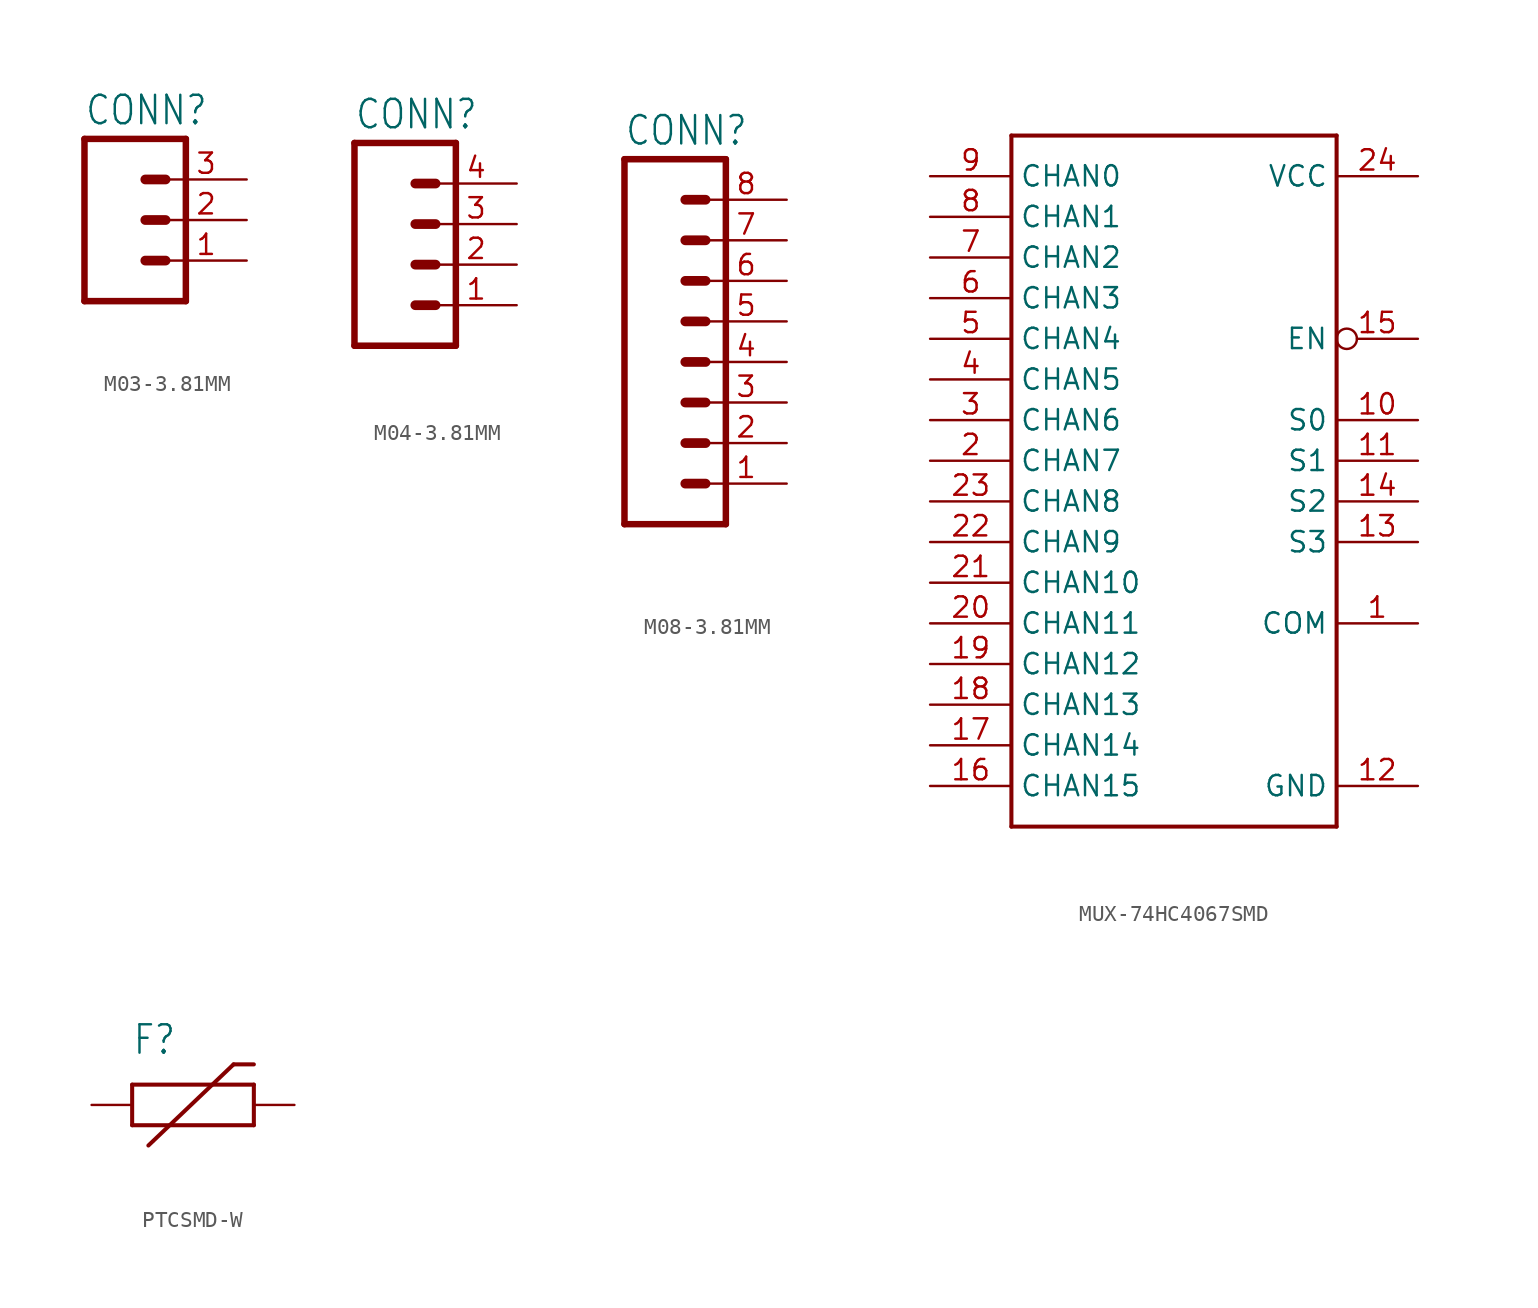
<source format=kicad_sym>
(kicad_symbol_lib
  (version 20231120)
  (generator "kicad_symbol_editor")
  (generator_version "8.0")
  (symbol "M03-3.81MM"
    (property "Reference" "CONN"
      (at -2.54 5.842 0)
      (effects (font (size 1.778 1.511)) (justify left bottom)))
    (property "Value" ""
      (at -2.54 -7.62 0)
      (effects (font (size 1.778 1.511)) (justify left bottom)))
    (property "ki_locked" ""
      (at 0 0 0)
      (effects (font (size 1.27 1.27))))
    (symbol "M03-3.81MM_1_0"
      (polyline (pts (xy -2.54 5.08) (xy -2.54 -5.08)) (stroke (width 0.406) (type solid)) (fill (type none)))
      (polyline (pts (xy -2.54 5.08) (xy 3.81 5.08)) (stroke (width 0.406) (type solid)) (fill (type none)))
      (polyline (pts (xy 1.27 -2.54) (xy 2.54 -2.54)) (stroke (width 0.61) (type solid)) (fill (type none)))
      (polyline (pts (xy 1.27 0) (xy 2.54 0)) (stroke (width 0.61) (type solid)) (fill (type none)))
      (polyline (pts (xy 1.27 2.54) (xy 2.54 2.54)) (stroke (width 0.61) (type solid)) (fill (type none)))
      (polyline (pts (xy 3.81 -5.08) (xy -2.54 -5.08)) (stroke (width 0.406) (type solid)) (fill (type none)))
      (polyline (pts (xy 3.81 -5.08) (xy 3.81 5.08)) (stroke (width 0.406) (type solid)) (fill (type none)))
      (pin passive line (at 7.62 -2.54 180) (length 5.08) (name "1" (effects (font (size 0 0)))) (number "1" (effects (font (size 1.27 1.27)))))
      (pin passive line (at 7.62 0 180) (length 5.08) (name "2" (effects (font (size 0 0)))) (number "2" (effects (font (size 1.27 1.27)))))
      (pin passive line (at 7.62 2.54 180) (length 5.08) (name "3" (effects (font (size 0 0)))) (number "3" (effects (font (size 1.27 1.27)))))))
  (symbol "M04-3.81MM"
    (property "Reference" "CONN"
      (at -2.54 10.922 0)
      (effects (font (size 1.778 1.511)) (justify left bottom)))
    (property "Value" ""
      (at -2.54 -5.08 0)
      (effects (font (size 1.778 1.511)) (justify left bottom)))
    (property "ki_locked" ""
      (at 0 0 0)
      (effects (font (size 1.27 1.27))))
    (symbol "M04-3.81MM_1_0"
      (polyline (pts (xy -2.54 10.16) (xy -2.54 -2.54)) (stroke (width 0.406) (type solid)) (fill (type none)))
      (polyline (pts (xy -2.54 10.16) (xy 3.81 10.16)) (stroke (width 0.406) (type solid)) (fill (type none)))
      (polyline (pts (xy 1.27 0) (xy 2.54 0)) (stroke (width 0.61) (type solid)) (fill (type none)))
      (polyline (pts (xy 1.27 2.54) (xy 2.54 2.54)) (stroke (width 0.61) (type solid)) (fill (type none)))
      (polyline (pts (xy 1.27 5.08) (xy 2.54 5.08)) (stroke (width 0.61) (type solid)) (fill (type none)))
      (polyline (pts (xy 1.27 7.62) (xy 2.54 7.62)) (stroke (width 0.61) (type solid)) (fill (type none)))
      (polyline (pts (xy 3.81 -2.54) (xy -2.54 -2.54)) (stroke (width 0.406) (type solid)) (fill (type none)))
      (polyline (pts (xy 3.81 -2.54) (xy 3.81 10.16)) (stroke (width 0.406) (type solid)) (fill (type none)))
      (pin passive line (at 7.62 0 180) (length 5.08) (name "1" (effects (font (size 0 0)))) (number "1" (effects (font (size 1.27 1.27)))))
      (pin passive line (at 7.62 2.54 180) (length 5.08) (name "2" (effects (font (size 0 0)))) (number "2" (effects (font (size 1.27 1.27)))))
      (pin passive line (at 7.62 5.08 180) (length 5.08) (name "3" (effects (font (size 0 0)))) (number "3" (effects (font (size 1.27 1.27)))))
      (pin passive line (at 7.62 7.62 180) (length 5.08) (name "4" (effects (font (size 0 0)))) (number "4" (effects (font (size 1.27 1.27)))))))
  (symbol "M08-3.81MM"
    (property "Reference" "CONN"
      (at -2.54 21.082 0)
      (effects (font (size 1.778 1.511)) (justify left bottom)))
    (property "Value" ""
      (at -2.54 -5.08 0)
      (effects (font (size 1.778 1.511)) (justify left bottom)))
    (property "ki_locked" ""
      (at 0 0 0)
      (effects (font (size 1.27 1.27))))
    (symbol "M08-3.81MM_1_0"
      (polyline (pts (xy -2.54 20.32) (xy -2.54 -2.54)) (stroke (width 0.406) (type solid)) (fill (type none)))
      (polyline (pts (xy -2.54 20.32) (xy 3.81 20.32)) (stroke (width 0.406) (type solid)) (fill (type none)))
      (polyline (pts (xy 1.27 0) (xy 2.54 0)) (stroke (width 0.61) (type solid)) (fill (type none)))
      (polyline (pts (xy 1.27 2.54) (xy 2.54 2.54)) (stroke (width 0.61) (type solid)) (fill (type none)))
      (polyline (pts (xy 1.27 5.08) (xy 2.54 5.08)) (stroke (width 0.61) (type solid)) (fill (type none)))
      (polyline (pts (xy 1.27 7.62) (xy 2.54 7.62)) (stroke (width 0.61) (type solid)) (fill (type none)))
      (polyline (pts (xy 1.27 10.16) (xy 2.54 10.16)) (stroke (width 0.61) (type solid)) (fill (type none)))
      (polyline (pts (xy 1.27 12.7) (xy 2.54 12.7)) (stroke (width 0.61) (type solid)) (fill (type none)))
      (polyline (pts (xy 1.27 15.24) (xy 2.54 15.24)) (stroke (width 0.61) (type solid)) (fill (type none)))
      (polyline (pts (xy 1.27 17.78) (xy 2.54 17.78)) (stroke (width 0.61) (type solid)) (fill (type none)))
      (polyline (pts (xy 3.81 -2.54) (xy -2.54 -2.54)) (stroke (width 0.406) (type solid)) (fill (type none)))
      (polyline (pts (xy 3.81 -2.54) (xy 3.81 20.32)) (stroke (width 0.406) (type solid)) (fill (type none)))
      (pin passive line (at 7.62 0 180) (length 5.08) (name "1" (effects (font (size 0 0)))) (number "1" (effects (font (size 1.27 1.27)))))
      (pin passive line (at 7.62 2.54 180) (length 5.08) (name "2" (effects (font (size 0 0)))) (number "2" (effects (font (size 1.27 1.27)))))
      (pin passive line (at 7.62 5.08 180) (length 5.08) (name "3" (effects (font (size 0 0)))) (number "3" (effects (font (size 1.27 1.27)))))
      (pin passive line (at 7.62 7.62 180) (length 5.08) (name "4" (effects (font (size 0 0)))) (number "4" (effects (font (size 1.27 1.27)))))
      (pin passive line (at 7.62 10.16 180) (length 5.08) (name "5" (effects (font (size 0 0)))) (number "5" (effects (font (size 1.27 1.27)))))
      (pin passive line (at 7.62 12.7 180) (length 5.08) (name "6" (effects (font (size 0 0)))) (number "6" (effects (font (size 1.27 1.27)))))
      (pin passive line (at 7.62 15.24 180) (length 5.08) (name "7" (effects (font (size 0 0)))) (number "7" (effects (font (size 1.27 1.27)))))
      (pin passive line (at 7.62 17.78 180) (length 5.08) (name "8" (effects (font (size 0 0)))) (number "8" (effects (font (size 1.27 1.27)))))))
  (symbol "MUX-74HC4067SMD"
    (property "Reference" "IC"
      (at -10.16 21.082 0)
      (effects (font (size 1.778 1.511)) (justify left bottom) (hide yes)))
    (property "ki_locked" ""
      (at 0 0 0)
      (effects (font (size 1.27 1.27))))
    (symbol "MUX-74HC4067SMD_1_0"
      (polyline (pts (xy -10.16 -22.86) (xy -10.16 20.32)) (stroke (width 0.254) (type solid)) (fill (type none)))
      (polyline (pts (xy -10.16 20.32) (xy 10.16 20.32)) (stroke (width 0.254) (type solid)) (fill (type none)))
      (polyline (pts (xy 10.16 -22.86) (xy -10.16 -22.86)) (stroke (width 0.254) (type solid)) (fill (type none)))
      (polyline (pts (xy 10.16 20.32) (xy 10.16 -22.86)) (stroke (width 0.254) (type solid)) (fill (type none)))
      (pin bidirectional line (at 15.24 -10.16 180) (length 5.08) (name "COM" (effects (font (size 1.27 1.27)))) (number "1" (effects (font (size 1.27 1.27)))))
      (pin input line (at 15.24 2.54 180) (length 5.08) (name "S0" (effects (font (size 1.27 1.27)))) (number "10" (effects (font (size 1.27 1.27)))))
      (pin input line (at 15.24 0 180) (length 5.08) (name "S1" (effects (font (size 1.27 1.27)))) (number "11" (effects (font (size 1.27 1.27)))))
      (pin bidirectional line (at 15.24 -20.32 180) (length 5.08) (name "GND" (effects (font (size 1.27 1.27)))) (number "12" (effects (font (size 1.27 1.27)))))
      (pin input line (at 15.24 -5.08 180) (length 5.08) (name "S3" (effects (font (size 1.27 1.27)))) (number "13" (effects (font (size 1.27 1.27)))))
      (pin input line (at 15.24 -2.54 180) (length 5.08) (name "S2" (effects (font (size 1.27 1.27)))) (number "14" (effects (font (size 1.27 1.27)))))
      (pin input inverted (at 15.24 7.62 180) (length 5.08) (name "EN" (effects (font (size 1.27 1.27)))) (number "15" (effects (font (size 1.27 1.27)))))
      (pin bidirectional line (at -15.24 -20.32 0) (length 5.08) (name "CHAN15" (effects (font (size 1.27 1.27)))) (number "16" (effects (font (size 1.27 1.27)))))
      (pin bidirectional line (at -15.24 -17.78 0) (length 5.08) (name "CHAN14" (effects (font (size 1.27 1.27)))) (number "17" (effects (font (size 1.27 1.27)))))
      (pin bidirectional line (at -15.24 -15.24 0) (length 5.08) (name "CHAN13" (effects (font (size 1.27 1.27)))) (number "18" (effects (font (size 1.27 1.27)))))
      (pin bidirectional line (at -15.24 -12.7 0) (length 5.08) (name "CHAN12" (effects (font (size 1.27 1.27)))) (number "19" (effects (font (size 1.27 1.27)))))
      (pin bidirectional line (at -15.24 0 0) (length 5.08) (name "CHAN7" (effects (font (size 1.27 1.27)))) (number "2" (effects (font (size 1.27 1.27)))))
      (pin bidirectional line (at -15.24 -10.16 0) (length 5.08) (name "CHAN11" (effects (font (size 1.27 1.27)))) (number "20" (effects (font (size 1.27 1.27)))))
      (pin bidirectional line (at -15.24 -7.62 0) (length 5.08) (name "CHAN10" (effects (font (size 1.27 1.27)))) (number "21" (effects (font (size 1.27 1.27)))))
      (pin bidirectional line (at -15.24 -5.08 0) (length 5.08) (name "CHAN9" (effects (font (size 1.27 1.27)))) (number "22" (effects (font (size 1.27 1.27)))))
      (pin bidirectional line (at -15.24 -2.54 0) (length 5.08) (name "CHAN8" (effects (font (size 1.27 1.27)))) (number "23" (effects (font (size 1.27 1.27)))))
      (pin bidirectional line (at 15.24 17.78 180) (length 5.08) (name "VCC" (effects (font (size 1.27 1.27)))) (number "24" (effects (font (size 1.27 1.27)))))
      (pin bidirectional line (at -15.24 2.54 0) (length 5.08) (name "CHAN6" (effects (font (size 1.27 1.27)))) (number "3" (effects (font (size 1.27 1.27)))))
      (pin bidirectional line (at -15.24 5.08 0) (length 5.08) (name "CHAN5" (effects (font (size 1.27 1.27)))) (number "4" (effects (font (size 1.27 1.27)))))
      (pin bidirectional line (at -15.24 7.62 0) (length 5.08) (name "CHAN4" (effects (font (size 1.27 1.27)))) (number "5" (effects (font (size 1.27 1.27)))))
      (pin bidirectional line (at -15.24 10.16 0) (length 5.08) (name "CHAN3" (effects (font (size 1.27 1.27)))) (number "6" (effects (font (size 1.27 1.27)))))
      (pin bidirectional line (at -15.24 12.7 0) (length 5.08) (name "CHAN2" (effects (font (size 1.27 1.27)))) (number "7" (effects (font (size 1.27 1.27)))))
      (pin bidirectional line (at -15.24 15.24 0) (length 5.08) (name "CHAN1" (effects (font (size 1.27 1.27)))) (number "8" (effects (font (size 1.27 1.27)))))
      (pin bidirectional line (at -15.24 17.78 0) (length 5.08) (name "CHAN0" (effects (font (size 1.27 1.27)))) (number "9" (effects (font (size 1.27 1.27)))))))
  (symbol "PTCSMD-W"
    (property "Reference" "F"
      (at -2.54 3.048 0)
      (effects (font (size 1.778 1.511)) (justify left bottom)))
    (property "Value" ""
      (at -3.302 -5.08 0)
      (effects (font (size 1.778 1.511)) (justify left bottom)))
    (property "ki_locked" ""
      (at 0 0 0)
      (effects (font (size 1.27 1.27))))
    (symbol "PTCSMD-W_1_0"
      (polyline (pts (xy -2.54 -1.27) (xy -2.54 1.27)) (stroke (width 0.254) (type solid)) (fill (type none)))
      (polyline (pts (xy -2.54 1.27) (xy 5.08 1.27)) (stroke (width 0.254) (type solid)) (fill (type none)))
      (polyline (pts (xy -1.524 -2.54) (xy 3.81 2.54)) (stroke (width 0.254) (type solid)) (fill (type none)))
      (polyline (pts (xy 3.81 2.54) (xy 5.08 2.54)) (stroke (width 0.254) (type solid)) (fill (type none)))
      (polyline (pts (xy 5.08 -1.27) (xy -2.54 -1.27)) (stroke (width 0.254) (type solid)) (fill (type none)))
      (polyline (pts (xy 5.08 1.27) (xy 5.08 -1.27)) (stroke (width 0.254) (type solid)) (fill (type none)))
      (pin bidirectional line (at -5.08 0 0) (length 2.54) (name "1" (effects (font (size 0 0)))) (number "1" (effects (font (size 0 0)))))
      (pin bidirectional line (at 7.62 0 180) (length 2.54) (name "2" (effects (font (size 0 0)))) (number "2" (effects (font (size 0 0))))))))
</source>
